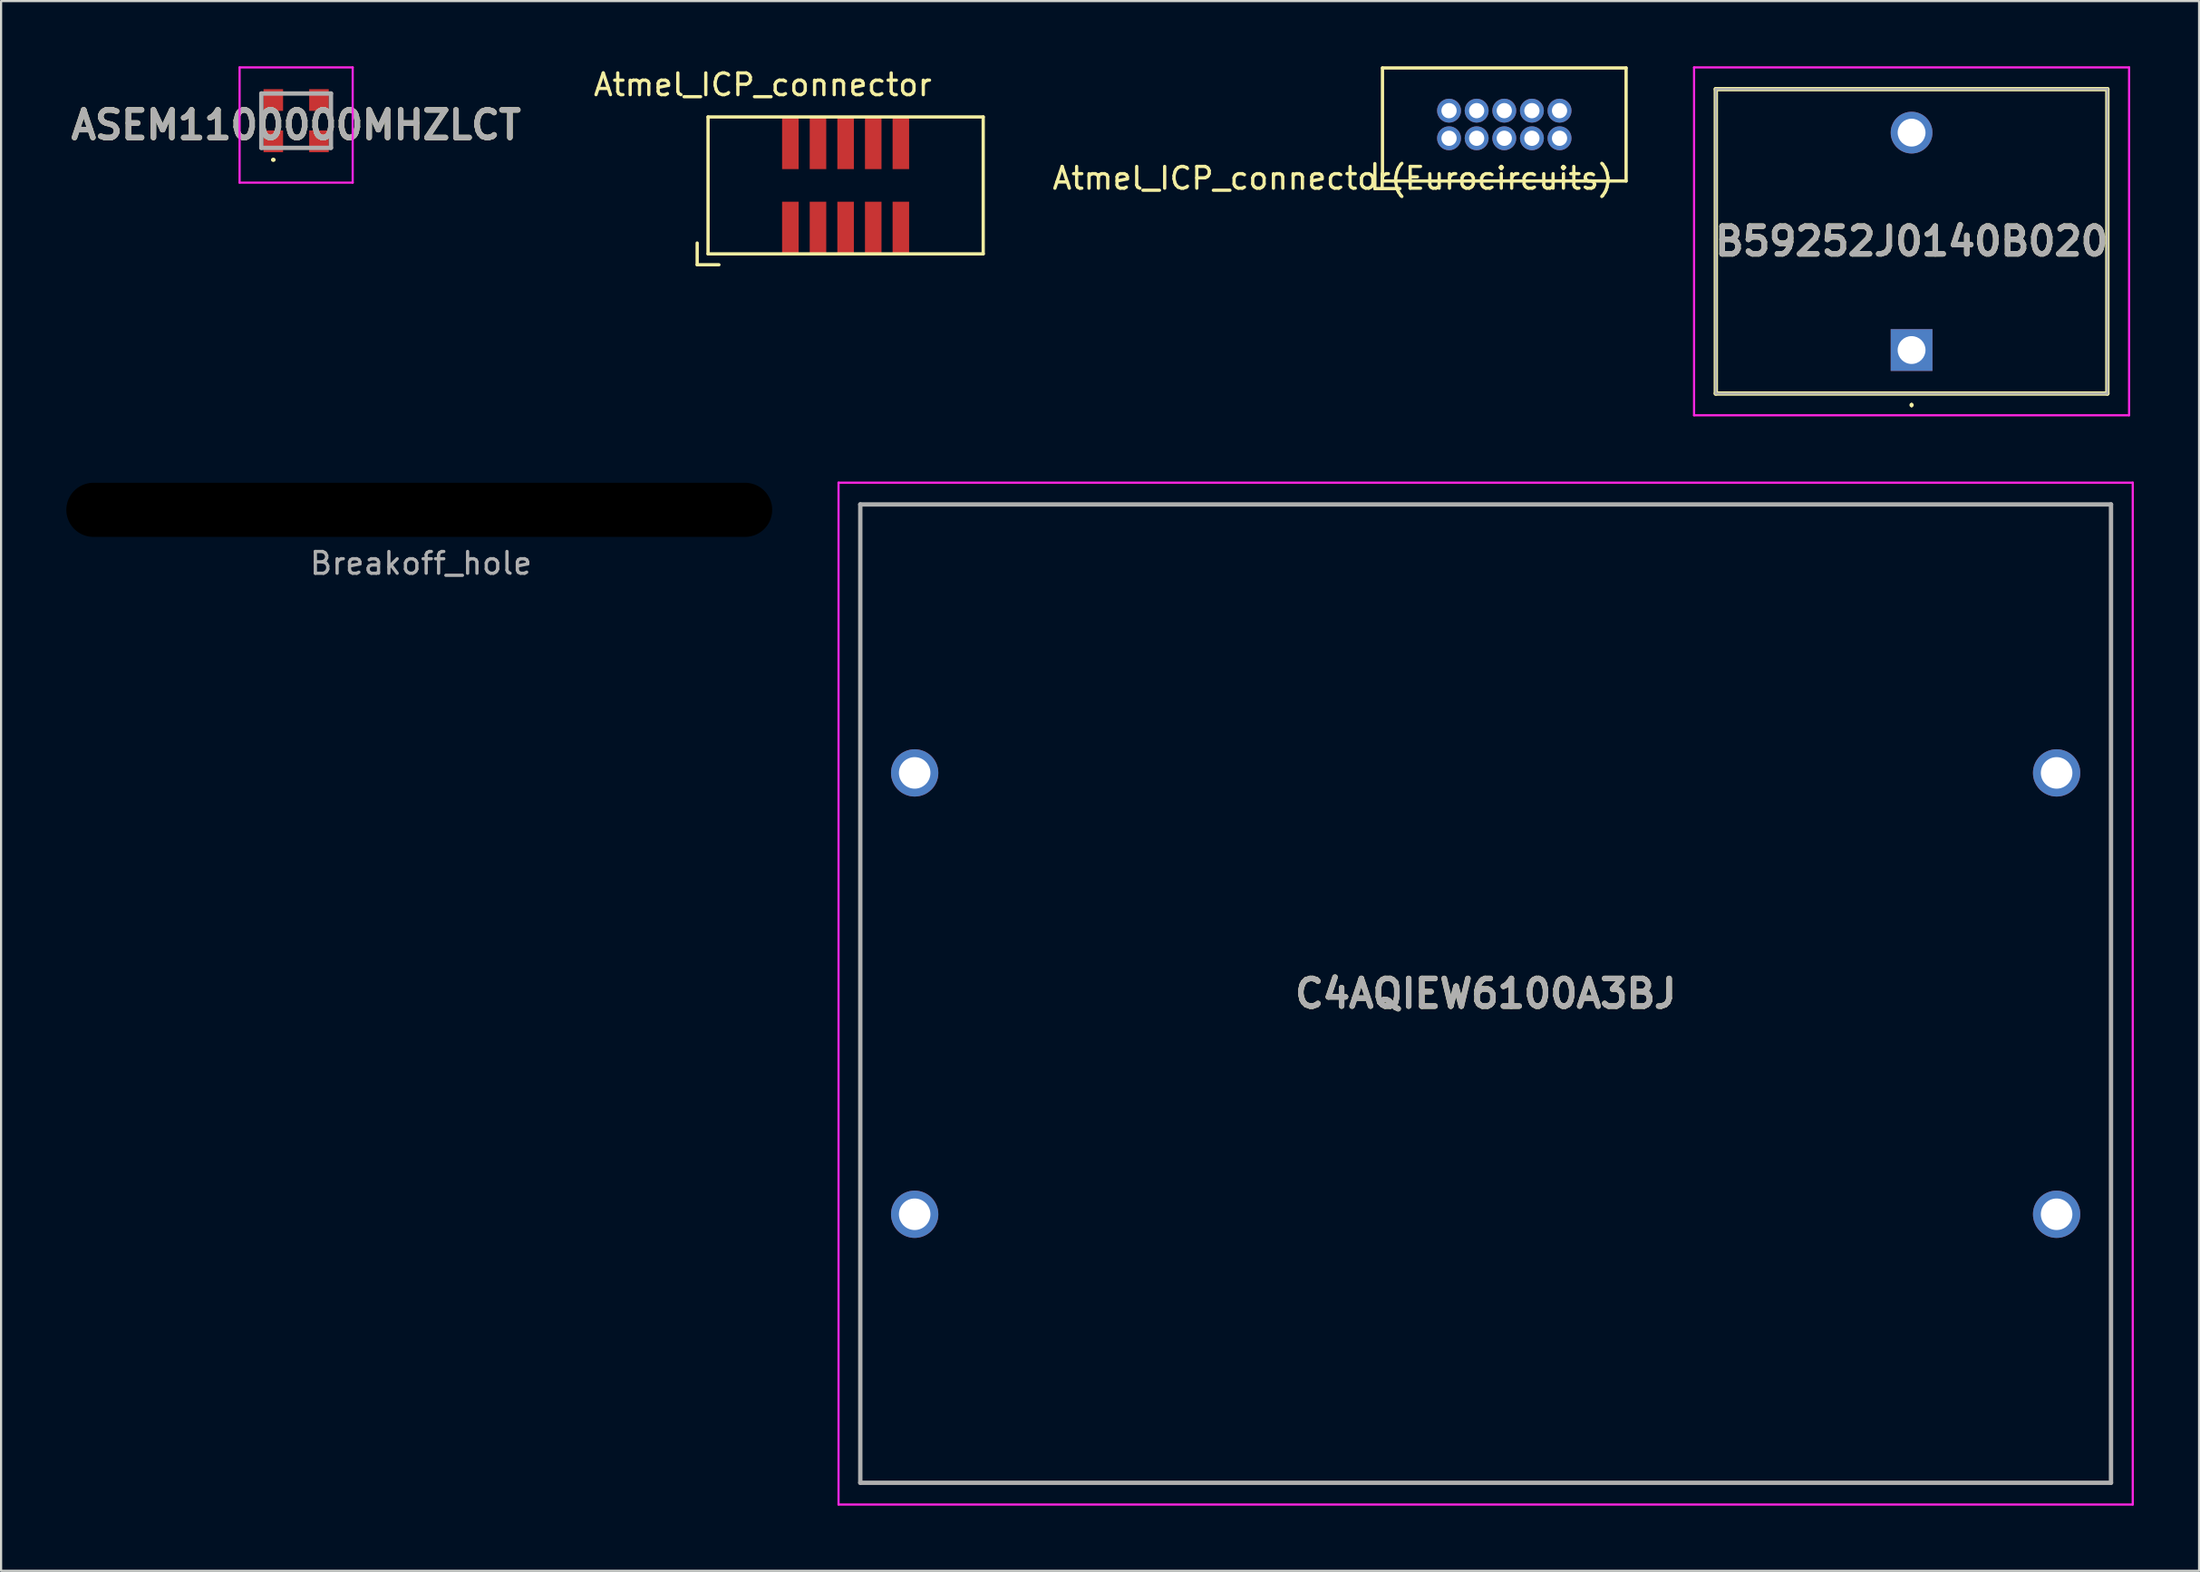
<source format=kicad_pcb>
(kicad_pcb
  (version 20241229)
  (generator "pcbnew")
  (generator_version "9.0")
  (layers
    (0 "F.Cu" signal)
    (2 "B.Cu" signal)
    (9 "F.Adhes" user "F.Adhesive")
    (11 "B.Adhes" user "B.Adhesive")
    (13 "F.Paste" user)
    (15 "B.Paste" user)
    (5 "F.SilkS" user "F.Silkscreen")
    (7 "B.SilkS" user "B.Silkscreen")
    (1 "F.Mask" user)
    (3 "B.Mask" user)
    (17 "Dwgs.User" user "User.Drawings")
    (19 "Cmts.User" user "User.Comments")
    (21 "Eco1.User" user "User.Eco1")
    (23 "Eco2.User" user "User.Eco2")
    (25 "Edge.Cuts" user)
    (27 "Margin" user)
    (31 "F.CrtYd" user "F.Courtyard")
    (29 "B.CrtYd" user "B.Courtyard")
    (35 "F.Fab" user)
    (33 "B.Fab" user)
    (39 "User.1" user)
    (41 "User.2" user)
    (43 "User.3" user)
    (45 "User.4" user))
  (footprint "Atmel_ICP_connector(Eurocircuits)"
    (layer "F.Cu")
    (at 66.108 2.675)
    (property "Reference" "Atmel_ICP_connector(Eurocircuits)" (at -7.875 2.475 180) (layer "F.SilkS") (effects (font (size 1 1) (thickness 0.15))))
    (attr through_hole)
    (fp_line (start -5.95 1.8) (end -5.95 2.95) (stroke (width 0.15) (type solid)) (layer "F.SilkS"))
    (fp_line (start -5.95 2.95) (end -4.8 2.95) (stroke (width 0.15) (type solid)) (layer "F.SilkS"))
    (fp_line (start -5.6 -2.6) (end 5.6 -2.6) (stroke (width 0.15) (type solid)) (layer "F.SilkS"))
    (fp_line (start -5.6 2.6) (end -5.6 -2.6) (stroke (width 0.15) (type solid)) (layer "F.SilkS"))
    (fp_line (start 5.6 -2.6) (end 5.6 2.6) (stroke (width 0.15) (type solid)) (layer "F.SilkS"))
    (fp_line (start 5.6 2.6) (end -5.6 2.6) (stroke (width 0.15) (type solid)) (layer "F.SilkS"))
    (pad "1" thru_hole circle (at -2.54 0.635) (size 1.1 1.1) (drill 0.7) (layers "*.Cu" "*.Mask"))
    (pad "2" thru_hole circle (at -2.54 -0.635) (size 1.1 1.1) (drill 0.7) (layers "*.Cu" "*.Mask"))
    (pad "3" thru_hole circle (at -1.27 0.635) (size 1.1 1.1) (drill 0.7) (layers "*.Cu" "*.Mask"))
    (pad "4" thru_hole circle (at -1.27 -0.635) (size 1.1 1.1) (drill 0.7) (layers "*.Cu" "*.Mask"))
    (pad "5" thru_hole circle (at 0 0.635) (size 1.1 1.1) (drill 0.7) (layers "*.Cu" "*.Mask"))
    (pad "6" thru_hole circle (at 0 -0.635) (size 1.1 1.1) (drill 0.7) (layers "*.Cu" "*.Mask"))
    (pad "7" thru_hole circle (at 1.27 0.635) (size 1.1 1.1) (drill 0.7) (layers "*.Cu" "*.Mask"))
    (pad "8" thru_hole circle (at 1.27 -0.635) (size 1.1 1.1) (drill 0.7) (layers "*.Cu" "*.Mask"))
    (pad "9" thru_hole circle (at 2.54 0.635) (size 1.1 1.1) (drill 0.7) (layers "*.Cu" "*.Mask"))
    (pad "10" thru_hole circle (at 2.54 -0.635) (size 1.1 1.1) (drill 0.7) (layers "*.Cu" "*.Mask")))
  (footprint "Atmel_ICP_connector"
    (layer "F.Cu")
    (at 29.502 8.628)
    (property "Reference" "Atmel_ICP_connector" (at 2.515 -7.78 0) (layer "F.SilkS") (effects (font (size 1 1) (thickness 0.15))))
    (attr through_hole)
    (fp_line (start -0.5 -0.5) (end -0.5 0.5) (stroke (width 0.15) (type solid)) (layer "F.SilkS"))
    (fp_line (start -0.5 0.5) (end 0.5 0.5) (stroke (width 0.15) (type solid)) (layer "F.SilkS"))
    (fp_line (start 0 -6.3) (end 0 0) (stroke (width 0.15) (type solid)) (layer "F.SilkS"))
    (fp_line (start 0 0) (end 12.65 0) (stroke (width 0.15) (type solid)) (layer "F.SilkS"))
    (fp_line (start 12.65 -6.3) (end 0 -6.3) (stroke (width 0.15) (type solid)) (layer "F.SilkS"))
    (fp_line (start 12.65 0) (end 12.65 -6.3) (stroke (width 0.15) (type solid)) (layer "F.SilkS"))
    (pad "1" smd rect (at 3.784 -1.2) (size 0.76 2.4) (layers "F.Cu" "F.Mask" "F.Paste"))
    (pad "2" smd rect (at 3.784 -5.1) (size 0.76 2.4) (layers "F.Cu" "F.Mask" "F.Paste"))
    (pad "3" smd rect (at 5.054 -1.2) (size 0.76 2.4) (layers "F.Cu" "F.Mask" "F.Paste"))
    (pad "4" smd rect (at 5.054 -5.1) (size 0.76 2.4) (layers "F.Cu" "F.Mask" "F.Paste"))
    (pad "5" smd rect (at 6.324 -1.2) (size 0.76 2.4) (layers "F.Cu" "F.Mask" "F.Paste"))
    (pad "6" smd rect (at 6.324 -5.1) (size 0.76 2.4) (layers "F.Cu" "F.Mask" "F.Paste"))
    (pad "7" smd rect (at 7.594 -1.2) (size 0.76 2.4) (layers "F.Cu" "F.Mask" "F.Paste"))
    (pad "8" smd rect (at 7.594 -5.1) (size 0.76 2.4) (layers "F.Cu" "F.Mask" "F.Paste"))
    (pad "9" smd rect (at 8.864 -1.2) (size 0.76 2.4) (layers "F.Cu" "F.Mask" "F.Paste"))
    (pad "10" smd rect (at 8.864 -5.1) (size 0.76 2.4) (layers "F.Cu" "F.Mask" "F.Paste")))
  (footprint "ASEM1100000MHZLCT"
    (layer "F.Cu")
    (at 10.565 2.5)
    (property "Reference" "ASEM1100000MHZLCT" (at 0 0.2 0) (layer "F.SilkS") (effects (font (size 1.27 1.27) (thickness 0.254))))
    (attr smd)
    (fp_line (start -1.1 1.8) (end -1.1 1.8) (stroke (width 0.1) (type solid)) (layer "F.SilkS"))
    (fp_line (start -1 1.8) (end -1 1.8) (stroke (width 0.1) (type solid)) (layer "F.SilkS"))
    (fp_arc (start -1.1 1.8) (mid -1.05 1.75) (end -1 1.8) (stroke (width 0.1) (type solid)) (layer "F.SilkS"))
    (fp_arc (start -1 1.8) (mid -1.05 1.85) (end -1.1 1.8) (stroke (width 0.1) (type solid)) (layer "F.SilkS"))
    (fp_line (start -2.6 -2.45) (end 2.6 -2.45) (stroke (width 0.1) (type solid)) (layer "F.CrtYd"))
    (fp_line (start -2.6 2.85) (end -2.6 -2.45) (stroke (width 0.1) (type solid)) (layer "F.CrtYd"))
    (fp_line (start 2.6 -2.45) (end 2.6 2.85) (stroke (width 0.1) (type solid)) (layer "F.CrtYd"))
    (fp_line (start 2.6 2.85) (end -2.6 2.85) (stroke (width 0.1) (type solid)) (layer "F.CrtYd"))
    (fp_line (start -1.6 -1.25) (end 1.6 -1.25) (stroke (width 0.2) (type solid)) (layer "F.Fab"))
    (fp_line (start -1.6 1.25) (end -1.6 -1.25) (stroke (width 0.2) (type solid)) (layer "F.Fab"))
    (fp_line (start 1.6 -1.25) (end 1.6 1.25) (stroke (width 0.2) (type solid)) (layer "F.Fab"))
    (fp_line (start 1.6 1.25) (end -1.6 1.25) (stroke (width 0.2) (type solid)) (layer "F.Fab"))
    (fp_text user "${REFERENCE}" (at 0 0.2 0) (layer "F.Fab") (effects (font (size 1.27 1.27) (thickness 0.254))))
    (pad "1" smd rect (at -1.05 0.95) (size 0.9 1) (layers "F.Cu" "F.Mask" "F.Paste"))
    (pad "2" smd rect (at 1.05 0.95) (size 0.9 1) (layers "F.Cu" "F.Mask" "F.Paste"))
    (pad "3" smd rect (at 1.05 -0.95) (size 0.9 1) (layers "F.Cu" "F.Mask" "F.Paste"))
    (pad "4" smd rect (at -1.05 -0.95) (size 0.9 1) (layers "F.Cu" "F.Mask" "F.Paste")))
  (footprint "Breakoff_hole"
    (layer "F.Cu")
    (at 16.305 20.36)
    (property "Reference" "Breakoff_hole" (at 0 -0.5 0) (unlocked yes) (layer "F.SilkS") (effects (font (size 1 1) (thickness 0.1))))
    (attr through_hole)
    (fp_text user "${REFERENCE}" (at 0 2.5 0) (unlocked yes) (layer "F.Fab") (effects (font (size 1 1) (thickness 0.15))))
    (pad "" np_thru_hole oval (at -0.08 0.04) (size 32.451 2.489) (drill oval 32.451 2.489) (layers "*.Mask")))
  (footprint "B59252J0140B020"
    (layer "F.Cu")
    (at 84.833 13.13)
    (property "Reference" "B59252J0140B020" (at 0 -5.08 0) (layer "F.SilkS") (effects (font (size 1.27 1.27) (thickness 0.254))))
    (attr through_hole)
    (fp_line (start -9 -12.08) (end 9 -12.08) (stroke (width 0.2) (type solid)) (layer "F.SilkS"))
    (fp_line (start -9 1.92) (end -9 -12.08) (stroke (width 0.2) (type solid)) (layer "F.SilkS"))
    (fp_line (start 0 2.4) (end 0 2.4) (stroke (width 0.1) (type solid)) (layer "F.SilkS"))
    (fp_line (start 0 2.5) (end 0 2.5) (stroke (width 0.1) (type solid)) (layer "F.SilkS"))
    (fp_line (start 9 -12.08) (end 9 1.92) (stroke (width 0.2) (type solid)) (layer "F.SilkS"))
    (fp_line (start 9 1.92) (end -9 1.92) (stroke (width 0.2) (type solid)) (layer "F.SilkS"))
    (fp_arc (start 0 2.4) (mid 0.05 2.45) (end 0 2.5) (stroke (width 0.1) (type solid)) (layer "F.SilkS"))
    (fp_arc (start 0 2.5) (mid -0.05 2.45) (end 0 2.4) (stroke (width 0.1) (type solid)) (layer "F.SilkS"))
    (fp_line (start -10 -13.08) (end 10 -13.08) (stroke (width 0.1) (type solid)) (layer "F.CrtYd"))
    (fp_line (start -10 2.92) (end -10 -13.08) (stroke (width 0.1) (type solid)) (layer "F.CrtYd"))
    (fp_line (start 10 -13.08) (end 10 2.92) (stroke (width 0.1) (type solid)) (layer "F.CrtYd"))
    (fp_line (start 10 2.92) (end -10 2.92) (stroke (width 0.1) (type solid)) (layer "F.CrtYd"))
    (fp_line (start -9 -12.08) (end 9 -12.08) (stroke (width 0.1) (type solid)) (layer "F.Fab"))
    (fp_line (start -9 1.92) (end -9 -12.08) (stroke (width 0.1) (type solid)) (layer "F.Fab"))
    (fp_line (start 9 -12.08) (end 9 1.92) (stroke (width 0.1) (type solid)) (layer "F.Fab"))
    (fp_line (start 9 1.92) (end -9 1.92) (stroke (width 0.1) (type solid)) (layer "F.Fab"))
    (fp_text user "${REFERENCE}" (at 0 -5.08 0) (layer "F.Fab") (effects (font (size 1.27 1.27) (thickness 0.254))))
    (pad "1" thru_hole rect (at 0 -0.08) (size 1.92 1.92) (drill 1.28) (layers "*.Cu" "*.Mask"))
    (pad "2" thru_hole circle (at 0 -10.08) (size 1.92 1.92) (drill 1.28) (layers "*.Cu" "*.Mask")))
  (footprint "C4AQIEW6100A3BJ"
    (layer "F.Cu")
    (at 39.001 32.5)
    (property "Reference" "C4AQIEW6100A3BJ" (at 26.25 10.15 0) (layer "F.SilkS") (effects (font (size 1.27 1.27) (thickness 0.254))))
    (attr through_hole)
    (fp_line (start -2.5 -12.35) (end 55 -12.35) (stroke (width 0.1) (type solid)) (layer "F.SilkS"))
    (fp_line (start -2.5 32.65) (end -2.5 -12.35) (stroke (width 0.1) (type solid)) (layer "F.SilkS"))
    (fp_line (start 55 -12.35) (end 55 32.65) (stroke (width 0.1) (type solid)) (layer "F.SilkS"))
    (fp_line (start 55 32.65) (end -2.5 32.65) (stroke (width 0.1) (type solid)) (layer "F.SilkS"))
    (fp_line (start -3.5 -13.35) (end 56 -13.35) (stroke (width 0.1) (type solid)) (layer "F.CrtYd"))
    (fp_line (start -3.5 33.65) (end -3.5 -13.35) (stroke (width 0.1) (type solid)) (layer "F.CrtYd"))
    (fp_line (start 56 -13.35) (end 56 33.65) (stroke (width 0.1) (type solid)) (layer "F.CrtYd"))
    (fp_line (start 56 33.65) (end -3.5 33.65) (stroke (width 0.1) (type solid)) (layer "F.CrtYd"))
    (fp_line (start -2.5 -12.35) (end 55 -12.35) (stroke (width 0.2) (type solid)) (layer "F.Fab"))
    (fp_line (start -2.5 32.65) (end -2.5 -12.35) (stroke (width 0.2) (type solid)) (layer "F.Fab"))
    (fp_line (start 55 -12.35) (end 55 32.65) (stroke (width 0.2) (type solid)) (layer "F.Fab"))
    (fp_line (start 55 32.65) (end -2.5 32.65) (stroke (width 0.2) (type solid)) (layer "F.Fab"))
    (fp_text user "${REFERENCE}" (at 26.25 10.15 0) (layer "F.Fab") (effects (font (size 1.27 1.27) (thickness 0.254))))
    (pad "1" thru_hole circle (at 0 0) (size 2.175 2.175) (drill 1.45) (layers "*.Cu" "*.Mask"))
    (pad "2" thru_hole circle (at 0 20.3) (size 2.175 2.175) (drill 1.45) (layers "*.Cu" "*.Mask"))
    (pad "3" thru_hole circle (at 52.5 20.3) (size 2.175 2.175) (drill 1.45) (layers "*.Cu" "*.Mask"))
    (pad "4" thru_hole circle (at 52.5 0) (size 2.175 2.175) (drill 1.45) (layers "*.Cu" "*.Mask")))
  (gr_rect
    (start -3 -3)
    (end 98.051 69.2)
    (stroke (width 0.1) (type default))
    (fill no)
    (layer "Edge.Cuts")))
</source>
